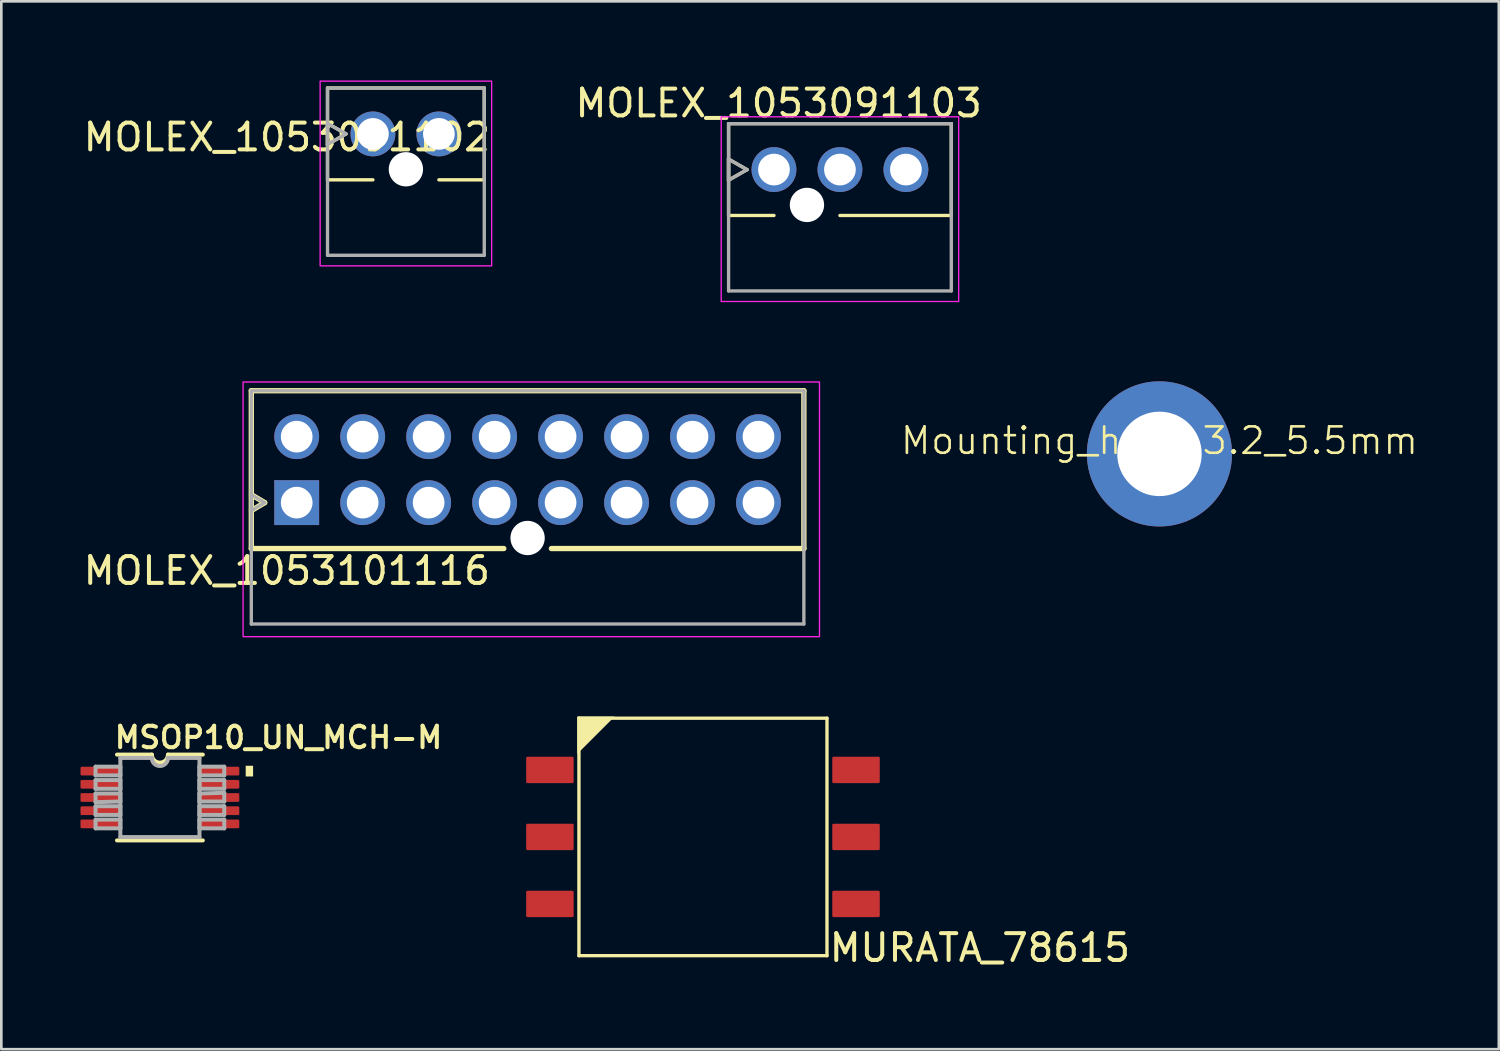
<source format=kicad_pcb>
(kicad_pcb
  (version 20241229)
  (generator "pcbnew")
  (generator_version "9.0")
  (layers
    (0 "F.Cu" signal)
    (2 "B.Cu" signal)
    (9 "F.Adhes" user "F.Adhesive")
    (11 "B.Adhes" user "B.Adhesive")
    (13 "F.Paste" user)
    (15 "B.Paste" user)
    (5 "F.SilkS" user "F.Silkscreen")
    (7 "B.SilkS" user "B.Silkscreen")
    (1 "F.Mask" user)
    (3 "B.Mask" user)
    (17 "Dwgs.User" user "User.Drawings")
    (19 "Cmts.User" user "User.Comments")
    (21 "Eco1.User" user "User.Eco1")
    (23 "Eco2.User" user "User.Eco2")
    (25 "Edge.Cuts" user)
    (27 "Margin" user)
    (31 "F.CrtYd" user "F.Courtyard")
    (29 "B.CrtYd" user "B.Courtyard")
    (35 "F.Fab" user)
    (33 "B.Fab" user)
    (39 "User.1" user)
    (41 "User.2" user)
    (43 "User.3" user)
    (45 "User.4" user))
  (footprint "MOLEX_1053101116"
    (layer "F.Cu")
    (at 8.194 15.998)
    (property "Reference" "MOLEX_1053101116" (at -0.374 2.58 0) (layer "F.SilkS") (effects (font (size 1.016 1.016) (thickness 0.152))))
    (attr through_hole)
    (fp_circle (center 0 -2.5) (end 0.463 -2.5) (stroke (width 0.926) (type solid)) (fill no) (layer "F.Mask"))
    (fp_circle (center 2.5 -2.5) (end 2.963 -2.5) (stroke (width 0.926) (type solid)) (fill no) (layer "F.Mask"))
    (fp_circle (center 2.5 0) (end 2.963 0) (stroke (width 0.926) (type solid)) (fill no) (layer "F.Mask"))
    (fp_circle (center 5 -2.5) (end 5.463 -2.5) (stroke (width 0.926) (type solid)) (fill no) (layer "F.Mask"))
    (fp_circle (center 5 0) (end 5.463 0) (stroke (width 0.926) (type solid)) (fill no) (layer "F.Mask"))
    (fp_circle (center 7.5 -2.5) (end 7.963 -2.5) (stroke (width 0.926) (type solid)) (fill no) (layer "F.Mask"))
    (fp_circle (center 7.5 0) (end 7.963 0) (stroke (width 0.926) (type solid)) (fill no) (layer "F.Mask"))
    (fp_circle (center 8.75 1.34) (end 9.113 1.34) (stroke (width 0.726) (type solid)) (fill no) (layer "F.Mask"))
    (fp_circle (center 10 -2.5) (end 10.463 -2.5) (stroke (width 0.926) (type solid)) (fill no) (layer "F.Mask"))
    (fp_circle (center 10 0) (end 10.463 0) (stroke (width 0.926) (type solid)) (fill no) (layer "F.Mask"))
    (fp_circle (center 12.5 -2.5) (end 12.963 -2.5) (stroke (width 0.926) (type solid)) (fill no) (layer "F.Mask"))
    (fp_circle (center 12.5 0) (end 12.963 0) (stroke (width 0.926) (type solid)) (fill no) (layer "F.Mask"))
    (fp_circle (center 15 -2.5) (end 15.463 -2.5) (stroke (width 0.926) (type solid)) (fill no) (layer "F.Mask"))
    (fp_circle (center 15 0) (end 15.463 0) (stroke (width 0.926) (type solid)) (fill no) (layer "F.Mask"))
    (fp_circle (center 17.5 -2.5) (end 17.963 -2.5) (stroke (width 0.926) (type solid)) (fill no) (layer "F.Mask"))
    (fp_circle (center 17.5 0) (end 17.963 0) (stroke (width 0.926) (type solid)) (fill no) (layer "F.Mask"))
    (fp_poly (pts (xy -0.926 -0.926) (xy 0.926 -0.926) (xy 0.926 0.926) (xy -0.926 0.926)) (stroke (width 0.01) (type solid)) (fill yes) (layer "F.Mask"))
    (fp_circle (center 0 -2.5) (end 0.463 -2.5) (stroke (width 0.926) (type solid)) (fill no) (layer "B.Mask"))
    (fp_circle (center 2.5 -2.5) (end 2.963 -2.5) (stroke (width 0.926) (type solid)) (fill no) (layer "B.Mask"))
    (fp_circle (center 2.5 0) (end 2.963 0) (stroke (width 0.926) (type solid)) (fill no) (layer "B.Mask"))
    (fp_circle (center 5 -2.5) (end 5.463 -2.5) (stroke (width 0.926) (type solid)) (fill no) (layer "B.Mask"))
    (fp_circle (center 5 0) (end 5.463 0) (stroke (width 0.926) (type solid)) (fill no) (layer "B.Mask"))
    (fp_circle (center 7.5 -2.5) (end 7.963 -2.5) (stroke (width 0.926) (type solid)) (fill no) (layer "B.Mask"))
    (fp_circle (center 7.5 0) (end 7.963 0) (stroke (width 0.926) (type solid)) (fill no) (layer "B.Mask"))
    (fp_circle (center 8.75 1.34) (end 9.113 1.34) (stroke (width 0.726) (type solid)) (fill no) (layer "B.Mask"))
    (fp_circle (center 10 -2.5) (end 10.463 -2.5) (stroke (width 0.926) (type solid)) (fill no) (layer "B.Mask"))
    (fp_circle (center 10 0) (end 10.463 0) (stroke (width 0.926) (type solid)) (fill no) (layer "B.Mask"))
    (fp_circle (center 12.5 -2.5) (end 12.963 -2.5) (stroke (width 0.926) (type solid)) (fill no) (layer "B.Mask"))
    (fp_circle (center 12.5 0) (end 12.963 0) (stroke (width 0.926) (type solid)) (fill no) (layer "B.Mask"))
    (fp_circle (center 15 -2.5) (end 15.463 -2.5) (stroke (width 0.926) (type solid)) (fill no) (layer "B.Mask"))
    (fp_circle (center 15 0) (end 15.463 0) (stroke (width 0.926) (type solid)) (fill no) (layer "B.Mask"))
    (fp_circle (center 17.5 -2.5) (end 17.963 -2.5) (stroke (width 0.926) (type solid)) (fill no) (layer "B.Mask"))
    (fp_circle (center 17.5 0) (end 17.963 0) (stroke (width 0.926) (type solid)) (fill no) (layer "B.Mask"))
    (fp_poly (pts (xy -0.926 -0.926) (xy 0.926 -0.926) (xy 0.926 0.926) (xy -0.926 0.926)) (stroke (width 0.01) (type solid)) (fill yes) (layer "B.Mask"))
    (fp_line (start -1.72 -4.24) (end 19.22 -4.24) (stroke (width 0.203) (type solid)) (layer "F.SilkS"))
    (fp_line (start -1.72 1.74) (end -1.72 -4.24) (stroke (width 0.203) (type solid)) (layer "F.SilkS"))
    (fp_line (start -1.72 1.74) (end 7.848 1.74) (stroke (width 0.203) (type solid)) (layer "F.SilkS"))
    (fp_line (start -1.714 -0.3) (end -1.714 0.3) (stroke (width 0.127) (type solid)) (layer "F.SilkS"))
    (fp_line (start -1.714 0.3) (end -1.214 0) (stroke (width 0.203) (type solid)) (layer "F.SilkS"))
    (fp_line (start -1.214 0) (end -1.714 -0.3) (stroke (width 0.203) (type solid)) (layer "F.SilkS"))
    (fp_line (start 19.22 -4.24) (end 19.22 1.74) (stroke (width 0.203) (type solid)) (layer "F.SilkS"))
    (fp_line (start 19.22 1.74) (end 9.652 1.74) (stroke (width 0.203) (type solid)) (layer "F.SilkS"))
    (fp_rect (start -2.032 -4.572) (end 19.812 5.08) (stroke (width 0.05) (type default)) (fill no) (layer "F.CrtYd"))
    (fp_line (start -1.72 -4.24) (end 19.22 -4.24) (stroke (width 0.127) (type solid)) (layer "F.Fab"))
    (fp_line (start -1.72 4.6) (end -1.72 -4.24) (stroke (width 0.127) (type solid)) (layer "F.Fab"))
    (fp_line (start -1.714 -0.3) (end -1.214 0) (stroke (width 0.127) (type solid)) (layer "F.Fab"))
    (fp_line (start -1.714 0.3) (end -1.714 -0.3) (stroke (width 0.127) (type solid)) (layer "F.Fab"))
    (fp_line (start -1.214 0) (end -1.714 0.3) (stroke (width 0.127) (type solid)) (layer "F.Fab"))
    (fp_line (start 19.22 -4.24) (end 19.22 4.6) (stroke (width 0.127) (type solid)) (layer "F.Fab"))
    (fp_line (start 19.22 4.6) (end -1.72 4.6) (stroke (width 0.127) (type solid)) (layer "F.Fab"))
    (pad "" np_thru_hole circle (at 8.75 1.34) (size 1.3 1.3) (drill 1.3) (layers "*.Cu" "*.Mask"))
    (pad "1" thru_hole rect (at 0 0) (size 1.7 1.7) (drill 1.2) (layers "*.Cu" "*.Mask"))
    (pad "2" thru_hole circle (at 0 -2.5) (size 1.7 1.7) (drill 1.2) (layers "*.Cu" "*.Mask"))
    (pad "3" thru_hole circle (at 2.5 0) (size 1.7 1.7) (drill 1.2) (layers "*.Cu" "*.Mask"))
    (pad "4" thru_hole circle (at 2.5 -2.5) (size 1.7 1.7) (drill 1.2) (layers "*.Cu" "*.Mask"))
    (pad "5" thru_hole circle (at 5 0) (size 1.7 1.7) (drill 1.2) (layers "*.Cu" "*.Mask"))
    (pad "6" thru_hole circle (at 5 -2.5) (size 1.7 1.7) (drill 1.2) (layers "*.Cu" "*.Mask"))
    (pad "7" thru_hole circle (at 7.5 0) (size 1.7 1.7) (drill 1.2) (layers "*.Cu" "*.Mask"))
    (pad "8" thru_hole circle (at 7.5 -2.5) (size 1.7 1.7) (drill 1.2) (layers "*.Cu" "*.Mask"))
    (pad "9" thru_hole circle (at 10 0) (size 1.7 1.7) (drill 1.2) (layers "*.Cu" "*.Mask"))
    (pad "10" thru_hole circle (at 10 -2.5) (size 1.7 1.7) (drill 1.2) (layers "*.Cu" "*.Mask"))
    (pad "11" thru_hole circle (at 12.5 0) (size 1.7 1.7) (drill 1.2) (layers "*.Cu" "*.Mask"))
    (pad "12" thru_hole circle (at 12.5 -2.5) (size 1.7 1.7) (drill 1.2) (layers "*.Cu" "*.Mask"))
    (pad "13" thru_hole circle (at 15 0) (size 1.7 1.7) (drill 1.2) (layers "*.Cu" "*.Mask"))
    (pad "14" thru_hole circle (at 15 -2.5) (size 1.7 1.7) (drill 1.2) (layers "*.Cu" "*.Mask"))
    (pad "15" thru_hole circle (at 17.5 0) (size 1.7 1.7) (drill 1.2) (layers "*.Cu" "*.Mask"))
    (pad "16" thru_hole circle (at 17.5 -2.5) (size 1.7 1.7) (drill 1.2) (layers "*.Cu" "*.Mask")))
  (footprint "MSOP10_UN_MCH-M"
    (layer "F.Cu")
    (at 3.01 27.173)
    (property "Reference" "MSOP10_UN_MCH-M" (at -1.8 -1.8 0) (layer "F.SilkS") (effects (font (size 0.813 0.813) (thickness 0.152) (bold yes)) (justify left bottom)))
    (attr smd)
    (fp_line (start -1.626 1.626) (end 1.626 1.626) (stroke (width 0.152) (type solid)) (layer "F.SilkS"))
    (fp_line (start -0.305 -1.626) (end -1.626 -1.626) (stroke (width 0.152) (type solid)) (layer "F.SilkS"))
    (fp_line (start 1.626 -1.626) (end 0.305 -1.626) (stroke (width 0.152) (type solid)) (layer "F.SilkS"))
    (fp_arc (start 0.3048 -1.6256) (mid 0 -1.3208) (end -0.3048 -1.6256) (stroke (width 0.1524) (type solid)) (layer "F.SilkS"))
    (fp_poly (pts (xy 3.531 -0.797) (xy 3.251 -0.797) (xy 3.251 -1.203) (xy 3.531 -1.203)) (stroke (width 0) (type default)) (fill yes) (layer "F.SilkS"))
    (fp_line (start -2.438 -1.168) (end -2.438 -0.838) (stroke (width 0.152) (type solid)) (layer "F.Fab"))
    (fp_line (start -2.438 -0.838) (end -1.499 -0.838) (stroke (width 0.152) (type solid)) (layer "F.Fab"))
    (fp_line (start -2.438 -0.66) (end -2.438 -0.33) (stroke (width 0.152) (type solid)) (layer "F.Fab"))
    (fp_line (start -2.438 -0.33) (end -1.499 -0.33) (stroke (width 0.152) (type solid)) (layer "F.Fab"))
    (fp_line (start -2.438 -0.152) (end -2.438 0.178) (stroke (width 0.152) (type solid)) (layer "F.Fab"))
    (fp_line (start -2.438 0.178) (end -1.499 0.152) (stroke (width 0.152) (type solid)) (layer "F.Fab"))
    (fp_line (start -2.438 0.33) (end -2.438 0.66) (stroke (width 0.152) (type solid)) (layer "F.Fab"))
    (fp_line (start -2.438 0.66) (end -1.499 0.66) (stroke (width 0.152) (type solid)) (layer "F.Fab"))
    (fp_line (start -2.438 0.838) (end -2.438 1.168) (stroke (width 0.152) (type solid)) (layer "F.Fab"))
    (fp_line (start -2.438 1.168) (end -1.499 1.168) (stroke (width 0.152) (type solid)) (layer "F.Fab"))
    (fp_line (start -1.499 -1.499) (end -1.499 1.499) (stroke (width 0.152) (type solid)) (layer "F.Fab"))
    (fp_line (start -1.499 -1.168) (end -2.438 -1.168) (stroke (width 0.152) (type solid)) (layer "F.Fab"))
    (fp_line (start -1.499 -0.838) (end -1.499 -1.168) (stroke (width 0.152) (type solid)) (layer "F.Fab"))
    (fp_line (start -1.499 -0.66) (end -2.438 -0.66) (stroke (width 0.152) (type solid)) (layer "F.Fab"))
    (fp_line (start -1.499 -0.33) (end -1.499 -0.66) (stroke (width 0.152) (type solid)) (layer "F.Fab"))
    (fp_line (start -1.499 -0.152) (end -2.438 -0.152) (stroke (width 0.152) (type solid)) (layer "F.Fab"))
    (fp_line (start -1.499 0.152) (end -1.499 -0.152) (stroke (width 0.152) (type solid)) (layer "F.Fab"))
    (fp_line (start -1.499 0.33) (end -2.438 0.33) (stroke (width 0.152) (type solid)) (layer "F.Fab"))
    (fp_line (start -1.499 0.66) (end -1.499 0.33) (stroke (width 0.152) (type solid)) (layer "F.Fab"))
    (fp_line (start -1.499 0.838) (end -2.438 0.838) (stroke (width 0.152) (type solid)) (layer "F.Fab"))
    (fp_line (start -1.499 1.168) (end -1.499 0.838) (stroke (width 0.152) (type solid)) (layer "F.Fab"))
    (fp_line (start -1.499 1.499) (end 1.499 1.499) (stroke (width 0.152) (type solid)) (layer "F.Fab"))
    (fp_line (start -0.305 -1.499) (end -1.499 -1.499) (stroke (width 0.152) (type solid)) (layer "F.Fab"))
    (fp_line (start 1.499 -1.499) (end 0.305 -1.499) (stroke (width 0.152) (type solid)) (layer "F.Fab"))
    (fp_line (start 1.499 -1.168) (end 1.499 -0.838) (stroke (width 0.152) (type solid)) (layer "F.Fab"))
    (fp_line (start 1.499 -0.838) (end 2.438 -0.838) (stroke (width 0.152) (type solid)) (layer "F.Fab"))
    (fp_line (start 1.499 -0.66) (end 1.499 -0.33) (stroke (width 0.152) (type solid)) (layer "F.Fab"))
    (fp_line (start 1.499 -0.33) (end 2.438 -0.33) (stroke (width 0.152) (type solid)) (layer "F.Fab"))
    (fp_line (start 1.499 -0.152) (end 1.499 0.152) (stroke (width 0.152) (type solid)) (layer "F.Fab"))
    (fp_line (start 1.499 0.152) (end 2.438 0.152) (stroke (width 0.152) (type solid)) (layer "F.Fab"))
    (fp_line (start 1.499 0.33) (end 1.499 0.66) (stroke (width 0.152) (type solid)) (layer "F.Fab"))
    (fp_line (start 1.499 0.66) (end 2.438 0.66) (stroke (width 0.152) (type solid)) (layer "F.Fab"))
    (fp_line (start 1.499 0.838) (end 1.499 1.168) (stroke (width 0.152) (type solid)) (layer "F.Fab"))
    (fp_line (start 1.499 1.168) (end 2.438 1.168) (stroke (width 0.152) (type solid)) (layer "F.Fab"))
    (fp_line (start 1.499 1.499) (end 1.499 -1.499) (stroke (width 0.152) (type solid)) (layer "F.Fab"))
    (fp_line (start 2.438 -1.168) (end 1.499 -1.168) (stroke (width 0.152) (type solid)) (layer "F.Fab"))
    (fp_line (start 2.438 -0.838) (end 2.438 -1.168) (stroke (width 0.152) (type solid)) (layer "F.Fab"))
    (fp_line (start 2.438 -0.66) (end 1.499 -0.66) (stroke (width 0.152) (type solid)) (layer "F.Fab"))
    (fp_line (start 2.438 -0.33) (end 2.438 -0.66) (stroke (width 0.152) (type solid)) (layer "F.Fab"))
    (fp_line (start 2.438 -0.178) (end 1.499 -0.152) (stroke (width 0.152) (type solid)) (layer "F.Fab"))
    (fp_line (start 2.438 0.152) (end 2.438 -0.178) (stroke (width 0.152) (type solid)) (layer "F.Fab"))
    (fp_line (start 2.438 0.33) (end 1.499 0.33) (stroke (width 0.152) (type solid)) (layer "F.Fab"))
    (fp_line (start 2.438 0.66) (end 2.438 0.33) (stroke (width 0.152) (type solid)) (layer "F.Fab"))
    (fp_line (start 2.438 0.838) (end 1.499 0.838) (stroke (width 0.152) (type solid)) (layer "F.Fab"))
    (fp_line (start 2.438 1.168) (end 2.438 0.838) (stroke (width 0.152) (type solid)) (layer "F.Fab"))
    (fp_arc (start 0.3048 -1.4986) (mid 0 -1.1938) (end -0.3048 -1.4986) (stroke (width 0.1524) (type solid)) (layer "F.Fab"))
    (pad "1" smd roundrect (at -2.254 -1) (size 1.511 0.33) (layers "F.Cu" "F.Mask" "F.Paste") (roundrect_rratio 0.154))
    (pad "2" smd roundrect (at -2.254 -0.5) (size 1.511 0.33) (layers "F.Cu" "F.Mask" "F.Paste") (roundrect_rratio 0.154))
    (pad "3" smd roundrect (at -2.254 0) (size 1.511 0.33) (layers "F.Cu" "F.Mask" "F.Paste") (roundrect_rratio 0.154))
    (pad "4" smd roundrect (at -2.254 0.5) (size 1.511 0.33) (layers "F.Cu" "F.Mask" "F.Paste") (roundrect_rratio 0.154))
    (pad "5" smd roundrect (at -2.254 1) (size 1.511 0.33) (layers "F.Cu" "F.Mask" "F.Paste") (roundrect_rratio 0.154))
    (pad "6" smd roundrect (at 2.254 1) (size 1.511 0.33) (layers "F.Cu" "F.Mask" "F.Paste") (roundrect_rratio 0.154))
    (pad "7" smd roundrect (at 2.254 0.5) (size 1.511 0.33) (layers "F.Cu" "F.Mask" "F.Paste") (roundrect_rratio 0.154))
    (pad "8" smd roundrect (at 2.254 0) (size 1.511 0.33) (layers "F.Cu" "F.Mask" "F.Paste") (roundrect_rratio 0.154))
    (pad "9" smd roundrect (at 2.254 -0.5) (size 1.511 0.33) (layers "F.Cu" "F.Mask" "F.Paste") (roundrect_rratio 0.154))
    (pad "10" smd roundrect (at 2.254 -1) (size 1.511 0.33) (layers "F.Cu" "F.Mask" "F.Paste") (roundrect_rratio 0.154)))
  (footprint "Mounting_hole 3.2_5.5mm"
    (layer "F.Cu")
    (at 40.89 14.151)
    (property "Reference" "Mounting_hole 3.2_5.5mm" (at 0 -0.5 0) (unlocked yes) (layer "F.SilkS") (effects (font (size 1 1) (thickness 0.1))))
    (attr through_hole exclude_from_bom)
    (pad "1" thru_hole circle (at 0 0) (size 5.5 5.5) (drill 3.2) (layers "*.Cu" "*.Mask")))
  (footprint "MURATA_78615"
    (layer "F.Cu")
    (at 23.59 28.667)
    (property "Reference" "MURATA_78615" (at 4.71 4.795 180) (layer "F.SilkS") (effects (font (size 1.016 1.016) (thickness 0.152)) (justify left bottom)))
    (attr smd)
    (fp_line (start -4.7 -4.5) (end 4.7 -4.5) (stroke (width 0.127) (type solid)) (layer "F.SilkS"))
    (fp_line (start -4.7 4.5) (end -4.7 -4.5) (stroke (width 0.127) (type solid)) (layer "F.SilkS"))
    (fp_line (start 4.7 -4.5) (end 4.7 4.5) (stroke (width 0.127) (type solid)) (layer "F.SilkS"))
    (fp_line (start 4.7 4.5) (end -4.7 4.5) (stroke (width 0.127) (type solid)) (layer "F.SilkS"))
    (fp_poly (pts (xy -4.763 -3.147) (xy -4.763 -4.564) (xy -3.347 -4.564)) (stroke (width 0) (type default)) (fill yes) (layer "F.SilkS"))
    (pad "1" smd roundrect (at -5.8 -2.54) (size 1.8 1) (layers "F.Cu" "F.Mask" "F.Paste") (roundrect_rratio 0.051))
    (pad "2" smd roundrect (at -5.8 0) (size 1.8 1) (layers "F.Cu" "F.Mask" "F.Paste") (roundrect_rratio 0.051))
    (pad "3" smd roundrect (at -5.8 2.54) (size 1.8 1) (layers "F.Cu" "F.Mask" "F.Paste") (roundrect_rratio 0.051))
    (pad "4" smd roundrect (at 5.8 2.54) (size 1.8 1) (layers "F.Cu" "F.Mask" "F.Paste") (roundrect_rratio 0.051))
    (pad "5" smd roundrect (at 5.8 0) (size 1.8 1) (layers "F.Cu" "F.Mask" "F.Paste") (roundrect_rratio 0.051))
    (pad "6" smd roundrect (at 5.8 -2.54) (size 1.8 1) (layers "F.Cu" "F.Mask" "F.Paste") (roundrect_rratio 0.051)))
  (footprint "MOLEX_1053091102"
    (layer "F.Cu")
    (at 11.082 2.025)
    (property "Reference" "MOLEX_1053091102" (at -3.262 0.125 0) (layer "F.SilkS") (effects (font (size 1.016 1.016) (thickness 0.152))))
    (attr through_hole)
    (fp_circle (center 0 0) (end 0.463 0) (stroke (width 0.926) (type solid)) (fill no) (layer "F.Mask"))
    (fp_circle (center 1.25 1.34) (end 1.613 1.34) (stroke (width 0.726) (type solid)) (fill no) (layer "F.Mask"))
    (fp_circle (center 2.5 0) (end 2.963 0) (stroke (width 0.926) (type solid)) (fill no) (layer "F.Mask"))
    (fp_circle (center 0 0) (end 0.463 0) (stroke (width 0.926) (type solid)) (fill no) (layer "B.Mask"))
    (fp_circle (center 1.25 1.34) (end 1.613 1.34) (stroke (width 0.726) (type solid)) (fill no) (layer "B.Mask"))
    (fp_circle (center 2.5 0) (end 2.963 0) (stroke (width 0.926) (type solid)) (fill no) (layer "B.Mask"))
    (fp_line (start -1.722 -0.4) (end -1.722 0.4) (stroke (width 0.127) (type solid)) (layer "F.SilkS"))
    (fp_line (start -1.722 0.4) (end -1.022 0) (stroke (width 0.127) (type solid)) (layer "F.SilkS"))
    (fp_line (start -1.72 -1.74) (end 4.22 -1.74) (stroke (width 0.127) (type solid)) (layer "F.SilkS"))
    (fp_line (start -1.72 1.74) (end -1.72 -1.74) (stroke (width 0.127) (type solid)) (layer "F.SilkS"))
    (fp_line (start -1.022 0) (end -1.722 -0.4) (stroke (width 0.127) (type solid)) (layer "F.SilkS"))
    (fp_line (start 0 1.74) (end -1.72 1.74) (stroke (width 0.127) (type solid)) (layer "F.SilkS"))
    (fp_line (start 4.22 -1.74) (end 4.22 1.74) (stroke (width 0.127) (type solid)) (layer "F.SilkS"))
    (fp_line (start 4.22 1.74) (end 2.5 1.74) (stroke (width 0.127) (type solid)) (layer "F.SilkS"))
    (fp_rect (start -2 -2) (end 4.5 5) (stroke (width 0.05) (type default)) (fill no) (layer "F.CrtYd"))
    (fp_line (start -1.722 -0.4) (end -1.722 0.4) (stroke (width 0.127) (type solid)) (layer "F.Fab"))
    (fp_line (start -1.722 0.4) (end -1.022 0) (stroke (width 0.127) (type solid)) (layer "F.Fab"))
    (fp_line (start -1.72 -1.74) (end 4.22 -1.74) (stroke (width 0.127) (type solid)) (layer "F.Fab"))
    (fp_line (start -1.72 4.6) (end -1.72 -1.74) (stroke (width 0.127) (type solid)) (layer "F.Fab"))
    (fp_line (start -1.022 0) (end -1.722 -0.4) (stroke (width 0.127) (type solid)) (layer "F.Fab"))
    (fp_line (start 4.22 -1.74) (end 4.22 4.6) (stroke (width 0.127) (type solid)) (layer "F.Fab"))
    (fp_line (start 4.22 4.6) (end -1.72 4.6) (stroke (width 0.127) (type solid)) (layer "F.Fab"))
    (pad "" np_thru_hole circle (at 1.25 1.34) (size 1.3 1.3) (drill 1.3) (layers "*.Cu" "*.Mask"))
    (pad "1" thru_hole circle (at 0 0) (size 1.7 1.7) (drill 1.2) (layers "*.Cu" "*.Mask"))
    (pad "2" thru_hole circle (at 2.5 0) (size 1.7 1.7) (drill 1.2) (layers "*.Cu" "*.Mask")))
  (footprint "MOLEX_1053091103"
    (layer "F.Cu")
    (at 26.281 3.376)
    (property "Reference" "MOLEX_1053091103" (at 0.178 -2.515 0) (layer "F.SilkS") (effects (font (size 1.016 1.016) (thickness 0.152))))
    (attr through_hole)
    (fp_circle (center 0 0) (end 0.463 0) (stroke (width 0.926) (type solid)) (fill no) (layer "F.Mask"))
    (fp_circle (center 1.25 1.34) (end 1.613 1.34) (stroke (width 0.726) (type solid)) (fill no) (layer "F.Mask"))
    (fp_circle (center 2.5 0) (end 2.963 0) (stroke (width 0.926) (type solid)) (fill no) (layer "F.Mask"))
    (fp_circle (center 5 0) (end 5.463 0) (stroke (width 0.926) (type solid)) (fill no) (layer "F.Mask"))
    (fp_circle (center 0 0) (end 0.463 0) (stroke (width 0.926) (type solid)) (fill no) (layer "B.Mask"))
    (fp_circle (center 1.25 1.34) (end 1.613 1.34) (stroke (width 0.726) (type solid)) (fill no) (layer "B.Mask"))
    (fp_circle (center 2.5 0) (end 2.963 0) (stroke (width 0.926) (type solid)) (fill no) (layer "B.Mask"))
    (fp_circle (center 5 0) (end 5.463 0) (stroke (width 0.926) (type solid)) (fill no) (layer "B.Mask"))
    (fp_line (start -1.722 -0.397) (end -1.722 0.403) (stroke (width 0.127) (type solid)) (layer "F.SilkS"))
    (fp_line (start -1.722 0.403) (end -1.022 0.003) (stroke (width 0.127) (type solid)) (layer "F.SilkS"))
    (fp_line (start -1.72 -1.74) (end 6.72 -1.74) (stroke (width 0.127) (type solid)) (layer "F.SilkS"))
    (fp_line (start -1.72 1.74) (end -1.72 -1.74) (stroke (width 0.127) (type solid)) (layer "F.SilkS"))
    (fp_line (start -1.022 0.003) (end -1.722 -0.397) (stroke (width 0.127) (type solid)) (layer "F.SilkS"))
    (fp_line (start 0 1.74) (end -1.72 1.74) (stroke (width 0.127) (type solid)) (layer "F.SilkS"))
    (fp_line (start 6.72 -1.74) (end 6.72 1.74) (stroke (width 0.127) (type solid)) (layer "F.SilkS"))
    (fp_line (start 6.72 1.74) (end 2.5 1.74) (stroke (width 0.127) (type solid)) (layer "F.SilkS"))
    (fp_rect (start -2 -2) (end 7 5) (stroke (width 0.05) (type default)) (fill no) (layer "F.CrtYd"))
    (fp_line (start -1.722 -0.397) (end -1.722 0.403) (stroke (width 0.127) (type solid)) (layer "F.Fab"))
    (fp_line (start -1.722 0.403) (end -1.022 0.003) (stroke (width 0.127) (type solid)) (layer "F.Fab"))
    (fp_line (start -1.72 -1.74) (end 6.72 -1.74) (stroke (width 0.127) (type solid)) (layer "F.Fab"))
    (fp_line (start -1.72 4.6) (end -1.72 -1.74) (stroke (width 0.127) (type solid)) (layer "F.Fab"))
    (fp_line (start -1.022 0.003) (end -1.722 -0.397) (stroke (width 0.127) (type solid)) (layer "F.Fab"))
    (fp_line (start 6.72 -1.74) (end 6.72 4.6) (stroke (width 0.127) (type solid)) (layer "F.Fab"))
    (fp_line (start 6.72 4.6) (end -1.72 4.6) (stroke (width 0.127) (type solid)) (layer "F.Fab"))
    (pad "" np_thru_hole circle (at 1.25 1.34) (size 1.3 1.3) (drill 1.3) (layers "*.Cu" "*.Mask"))
    (pad "1" thru_hole circle (at 0 0) (size 1.7 1.7) (drill 1.2) (layers "*.Cu" "*.Mask"))
    (pad "2" thru_hole circle (at 2.5 0) (size 1.7 1.7) (drill 1.2) (layers "*.Cu" "*.Mask"))
    (pad "3" thru_hole circle (at 5 0) (size 1.7 1.7) (drill 1.2) (layers "*.Cu" "*.Mask")))
  (gr_rect
    (start -3 -3)
    (end 53.75 36.712)
    (stroke (width 0.1) (type default))
    (fill no)
    (layer "Edge.Cuts")))
</source>
